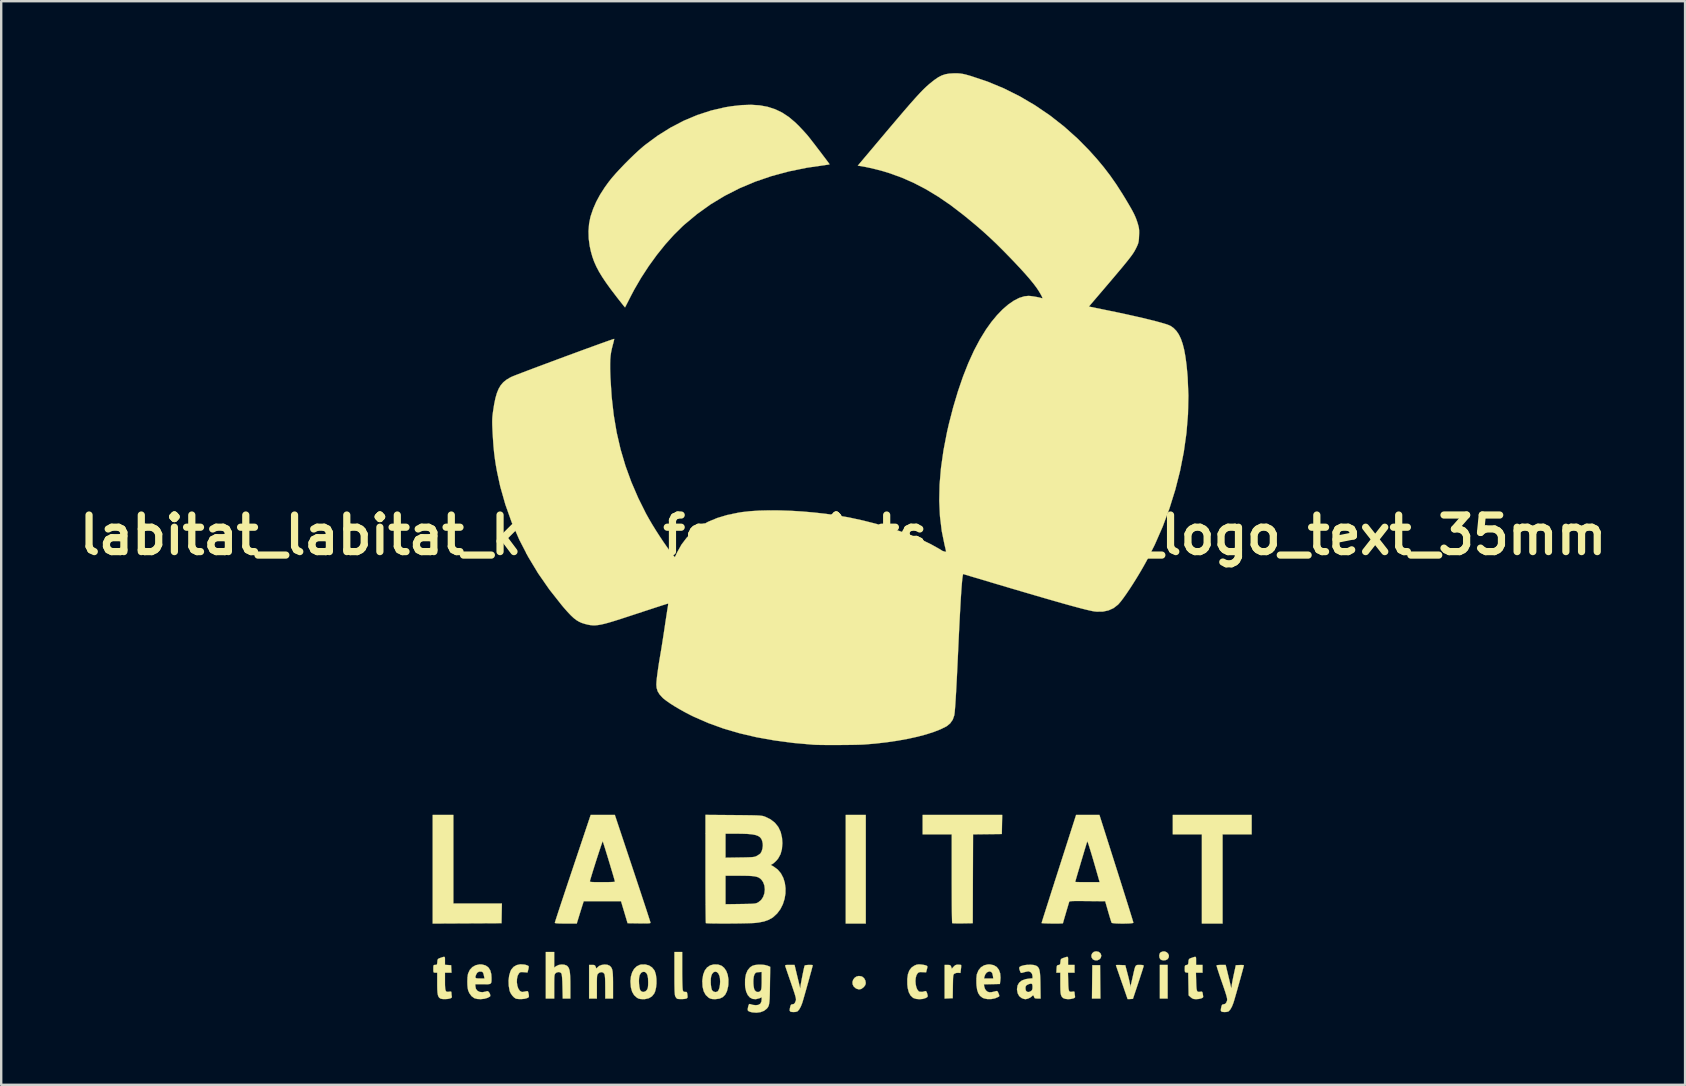
<source format=kicad_pcb>
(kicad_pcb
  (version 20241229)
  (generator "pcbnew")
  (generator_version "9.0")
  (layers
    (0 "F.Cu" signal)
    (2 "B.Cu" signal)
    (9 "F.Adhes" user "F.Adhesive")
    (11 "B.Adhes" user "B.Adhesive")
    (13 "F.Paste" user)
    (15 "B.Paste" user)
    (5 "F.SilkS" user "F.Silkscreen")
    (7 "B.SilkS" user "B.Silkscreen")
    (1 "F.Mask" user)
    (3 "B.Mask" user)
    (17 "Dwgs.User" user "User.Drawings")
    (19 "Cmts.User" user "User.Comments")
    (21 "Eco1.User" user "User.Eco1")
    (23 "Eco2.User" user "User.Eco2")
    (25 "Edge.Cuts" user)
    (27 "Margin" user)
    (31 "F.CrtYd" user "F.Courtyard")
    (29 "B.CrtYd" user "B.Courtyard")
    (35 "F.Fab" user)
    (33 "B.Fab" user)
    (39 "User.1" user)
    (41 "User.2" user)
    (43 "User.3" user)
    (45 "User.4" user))
  (footprint "labitat_labitat_kicad_footprints_labitat_logo_text_35mm"
    (layer "F.Cu")
    (at 32.084 19.246)
    (property "Reference" "labitat_labitat_kicad_footprints_labitat_logo_text_35mm" (at 0 0 0) (layer "F.SilkS") (effects (font (size 1.524 1.524) (thickness 0.3))))
    (attr through_hole)
    (fp_poly (pts (xy 0.943 16.188) (xy 0.108 16.188) (xy 0.108 11.663) (xy 0.943 11.663) (xy 0.943 16.188)) (stroke (width 0.01) (type solid)) (fill yes) (layer "F.SilkS"))
    (fp_poly (pts (xy 13.522 19.313) (xy 13.198 19.313) (xy 13.198 17.912) (xy 13.522 17.912) (xy 13.522 19.313)) (stroke (width 0.01) (type solid)) (fill yes) (layer "F.SilkS"))
    (fp_poly (pts (xy 10.714 18.619) (xy 10.721 19.313) (xy 10.369 19.313) (xy 10.376 18.619) (xy 10.384 17.925) (xy 10.707 17.925) (xy 10.714 18.619)) (stroke (width 0.01) (type solid)) (fill yes) (layer "F.SilkS"))
    (fp_poly (pts (xy -16.242 15.353) (xy -14.22 15.353) (xy -14.228 15.764) (xy -14.235 16.175) (xy -15.67 16.182) (xy -17.104 16.189) (xy -17.104 11.663) (xy -16.242 11.663) (xy -16.242 15.353)) (stroke (width 0.01) (type solid)) (fill yes) (layer "F.SilkS"))
    (fp_poly (pts (xy 17.023 12.471) (xy 15.811 12.471) (xy 15.811 16.188) (xy 14.949 16.188) (xy 14.949 12.471) (xy 13.737 12.471) (xy 13.737 11.663) (xy 17.023 11.663) (xy 17.023 12.471)) (stroke (width 0.01) (type solid)) (fill yes) (layer "F.SilkS"))
    (fp_poly (pts (xy 13.407 17.353) (xy 13.484 17.386) (xy 13.543 17.444) (xy 13.574 17.515) (xy 13.569 17.594) (xy 13.522 17.67) (xy 13.449 17.711) (xy 13.358 17.724) (xy 13.27 17.709) (xy 13.216 17.674) (xy 13.179 17.601) (xy 13.172 17.512) (xy 13.195 17.431) (xy 13.231 17.388) (xy 13.32 17.351) (xy 13.407 17.353)) (stroke (width 0.01) (type solid)) (fill yes) (layer "F.SilkS"))
    (fp_poly (pts (xy 10.647 17.367) (xy 10.721 17.425) (xy 10.755 17.511) (xy 10.756 17.535) (xy 10.733 17.621) (xy 10.673 17.685) (xy 10.591 17.721) (xy 10.501 17.723) (xy 10.417 17.687) (xy 10.397 17.67) (xy 10.349 17.59) (xy 10.345 17.504) (xy 10.38 17.426) (xy 10.446 17.369) (xy 10.539 17.346) (xy 10.542 17.346) (xy 10.647 17.367)) (stroke (width 0.01) (type solid)) (fill yes) (layer "F.SilkS"))
    (fp_poly (pts (xy 0.765 18.39) (xy 0.795 18.402) (xy 0.873 18.465) (xy 0.926 18.562) (xy 0.943 18.668) (xy 0.925 18.748) (xy 0.865 18.83) (xy 0.851 18.844) (xy 0.755 18.915) (xy 0.657 18.934) (xy 0.551 18.901) (xy 0.523 18.885) (xy 0.437 18.808) (xy 0.394 18.717) (xy 0.389 18.621) (xy 0.418 18.53) (xy 0.475 18.452) (xy 0.555 18.397) (xy 0.654 18.373) (xy 0.765 18.39)) (stroke (width 0.01) (type solid)) (fill yes) (layer "F.SilkS"))
    (fp_poly (pts (xy 6.62 12.06) (xy 6.613 12.458) (xy 5.414 12.472) (xy 5.407 14.323) (xy 5.401 16.175) (xy 4.981 16.182) (xy 4.836 16.183) (xy 4.711 16.182) (xy 4.614 16.179) (xy 4.556 16.174) (xy 4.544 16.171) (xy 4.541 16.141) (xy 4.538 16.063) (xy 4.535 15.939) (xy 4.532 15.774) (xy 4.53 15.574) (xy 4.528 15.341) (xy 4.527 15.081) (xy 4.526 14.799) (xy 4.525 14.497) (xy 4.525 14.312) (xy 4.525 12.471) (xy 3.313 12.471) (xy 3.313 11.663) (xy 6.628 11.663) (xy 6.62 12.06)) (stroke (width 0.01) (type solid)) (fill yes) (layer "F.SilkS"))
    (fp_poly (pts (xy 4.865 17.907) (xy 4.911 17.914) (xy 4.916 17.917) (xy 4.92 17.948) (xy 4.916 18.016) (xy 4.908 18.089) (xy 4.888 18.249) (xy 4.8 18.24) (xy 4.713 18.247) (xy 4.646 18.274) (xy 4.622 18.29) (xy 4.605 18.311) (xy 4.593 18.343) (xy 4.585 18.394) (xy 4.58 18.473) (xy 4.577 18.588) (xy 4.574 18.746) (xy 4.573 18.808) (xy 4.566 19.299) (xy 4.397 19.307) (xy 4.229 19.315) (xy 4.229 17.912) (xy 4.351 17.912) (xy 4.429 17.916) (xy 4.471 17.933) (xy 4.495 17.973) (xy 4.502 17.991) (xy 4.529 18.07) (xy 4.605 17.985) (xy 4.667 17.927) (xy 4.731 17.904) (xy 4.793 17.902) (xy 4.865 17.907)) (stroke (width 0.01) (type solid)) (fill yes) (layer "F.SilkS"))
    (fp_poly (pts (xy -6.707 18.139) (xy -6.706 18.354) (xy -6.703 18.547) (xy -6.699 18.713) (xy -6.694 18.844) (xy -6.687 18.934) (xy -6.68 18.975) (xy -6.648 19.027) (xy -6.593 19.039) (xy -6.579 19.038) (xy -6.534 19.037) (xy -6.51 19.056) (xy -6.497 19.107) (xy -6.49 19.16) (xy -6.483 19.24) (xy -6.491 19.283) (xy -6.518 19.307) (xy -6.539 19.315) (xy -6.604 19.329) (xy -6.697 19.336) (xy -6.797 19.336) (xy -6.881 19.33) (xy -6.916 19.322) (xy -6.952 19.289) (xy -6.99 19.231) (xy -6.99 19.231) (xy -7.002 19.201) (xy -7.011 19.155) (xy -7.017 19.087) (xy -7.023 18.993) (xy -7.026 18.867) (xy -7.029 18.703) (xy -7.03 18.495) (xy -7.03 18.263) (xy -7.03 17.373) (xy -6.707 17.373) (xy -6.707 18.139)) (stroke (width 0.01) (type solid)) (fill yes) (layer "F.SilkS"))
    (fp_poly (pts (xy -12.04 18.023) (xy -11.953 17.961) (xy -11.852 17.914) (xy -11.733 17.895) (xy -11.616 17.904) (xy -11.519 17.941) (xy -11.493 17.961) (xy -11.453 18.008) (xy -11.422 18.07) (xy -11.399 18.152) (xy -11.383 18.262) (xy -11.373 18.406) (xy -11.368 18.592) (xy -11.367 18.786) (xy -11.367 19.313) (xy -11.684 19.313) (xy -11.695 18.821) (xy -11.701 18.607) (xy -11.711 18.443) (xy -11.723 18.331) (xy -11.738 18.271) (xy -11.739 18.269) (xy -11.793 18.221) (xy -11.868 18.209) (xy -11.947 18.233) (xy -11.986 18.262) (xy -12.005 18.285) (xy -12.019 18.314) (xy -12.029 18.358) (xy -12.035 18.425) (xy -12.038 18.523) (xy -12.04 18.659) (xy -12.04 18.814) (xy -12.04 19.313) (xy -12.39 19.313) (xy -12.39 17.373) (xy -12.04 17.373) (xy -12.04 18.023)) (stroke (width 0.01) (type solid)) (fill yes) (layer "F.SilkS"))
    (fp_poly (pts (xy -9.826 17.906) (xy -9.731 17.946) (xy -9.717 17.958) (xy -9.676 17.999) (xy -9.646 18.046) (xy -9.623 18.107) (xy -9.607 18.189) (xy -9.597 18.3) (xy -9.591 18.446) (xy -9.589 18.634) (xy -9.589 18.746) (xy -9.589 19.313) (xy -9.912 19.313) (xy -9.913 18.835) (xy -9.915 18.627) (xy -9.92 18.471) (xy -9.93 18.362) (xy -9.943 18.298) (xy -9.947 18.289) (xy -10.002 18.23) (xy -10.079 18.212) (xy -10.161 18.237) (xy -10.198 18.265) (xy -10.221 18.288) (xy -10.237 18.313) (xy -10.249 18.349) (xy -10.256 18.404) (xy -10.26 18.486) (xy -10.262 18.603) (xy -10.262 18.763) (xy -10.262 18.819) (xy -10.262 19.313) (xy -10.586 19.313) (xy -10.586 17.912) (xy -10.463 17.912) (xy -10.386 17.915) (xy -10.344 17.933) (xy -10.319 17.973) (xy -10.312 17.994) (xy -10.29 18.048) (xy -10.273 18.056) (xy -10.246 18.024) (xy -10.246 18.023) (xy -10.17 17.957) (xy -10.063 17.914) (xy -9.943 17.896) (xy -9.826 17.906)) (stroke (width 0.01) (type solid)) (fill yes) (layer "F.SilkS"))
    (fp_poly (pts (xy 3.232 17.894) (xy 3.331 17.906) (xy 3.418 17.924) (xy 3.452 17.935) (xy 3.494 17.954) (xy 3.511 17.979) (xy 3.507 18.026) (xy 3.49 18.092) (xy 3.457 18.222) (xy 3.308 18.213) (xy 3.215 18.211) (xy 3.156 18.222) (xy 3.114 18.252) (xy 3.104 18.262) (xy 3.053 18.346) (xy 3.024 18.457) (xy 3.014 18.585) (xy 3.023 18.716) (xy 3.049 18.839) (xy 3.091 18.941) (xy 3.147 19.01) (xy 3.19 19.032) (xy 3.308 19.035) (xy 3.427 19.002) (xy 3.46 19.012) (xy 3.49 19.07) (xy 3.497 19.092) (xy 3.52 19.177) (xy 3.522 19.228) (xy 3.497 19.26) (xy 3.44 19.291) (xy 3.433 19.294) (xy 3.317 19.33) (xy 3.182 19.341) (xy 3.049 19.33) (xy 2.937 19.296) (xy 2.908 19.279) (xy 2.807 19.184) (xy 2.736 19.05) (xy 2.691 18.876) (xy 2.675 18.731) (xy 2.673 18.493) (xy 2.7 18.299) (xy 2.758 18.143) (xy 2.848 18.025) (xy 2.963 17.944) (xy 3.056 17.904) (xy 3.145 17.89) (xy 3.232 17.894)) (stroke (width 0.01) (type solid)) (fill yes) (layer "F.SilkS"))
    (fp_poly (pts (xy -5.208 17.898) (xy -5.072 17.944) (xy -4.959 18.034) (xy -4.87 18.163) (xy -4.81 18.324) (xy -4.78 18.512) (xy -4.783 18.721) (xy -4.794 18.814) (xy -4.841 19.006) (xy -4.914 19.152) (xy -5.016 19.254) (xy -5.149 19.316) (xy -5.316 19.339) (xy -5.342 19.34) (xy -5.455 19.334) (xy -5.537 19.314) (xy -5.605 19.278) (xy -5.726 19.165) (xy -5.81 19.012) (xy -5.857 18.821) (xy -5.867 18.606) (xy -5.518 18.606) (xy -5.512 18.737) (xy -5.496 18.856) (xy -5.472 18.947) (xy -5.458 18.974) (xy -5.396 19.027) (xy -5.314 19.045) (xy -5.237 19.023) (xy -5.236 19.023) (xy -5.19 18.964) (xy -5.155 18.867) (xy -5.133 18.743) (xy -5.125 18.606) (xy -5.133 18.471) (xy -5.15 18.384) (xy -5.197 18.274) (xy -5.261 18.21) (xy -5.333 18.192) (xy -5.405 18.22) (xy -5.465 18.295) (xy -5.497 18.377) (xy -5.514 18.48) (xy -5.518 18.606) (xy -5.867 18.606) (xy -5.868 18.592) (xy -5.865 18.528) (xy -5.832 18.318) (xy -5.766 18.147) (xy -5.67 18.018) (xy -5.543 17.933) (xy -5.389 17.892) (xy -5.208 17.898)) (stroke (width 0.01) (type solid)) (fill yes) (layer "F.SilkS"))
    (fp_poly (pts (xy -13.284 17.898) (xy -13.219 17.913) (xy -13.151 17.937) (xy -13.108 17.961) (xy -13.105 17.965) (xy -13.102 18.003) (xy -13.113 18.073) (xy -13.122 18.109) (xy -13.154 18.229) (xy -13.306 18.215) (xy -13.395 18.21) (xy -13.449 18.216) (xy -13.487 18.241) (xy -13.515 18.274) (xy -13.566 18.372) (xy -13.592 18.499) (xy -13.596 18.638) (xy -13.577 18.775) (xy -13.538 18.895) (xy -13.48 18.983) (xy -13.461 18.999) (xy -13.406 19.033) (xy -13.355 19.04) (xy -13.28 19.026) (xy -13.272 19.024) (xy -13.199 19.009) (xy -13.148 19.008) (xy -13.139 19.011) (xy -13.123 19.047) (xy -13.107 19.116) (xy -13.102 19.144) (xy -13.093 19.217) (xy -13.104 19.257) (xy -13.145 19.284) (xy -13.181 19.299) (xy -13.27 19.323) (xy -13.386 19.335) (xy -13.505 19.336) (xy -13.606 19.325) (xy -13.644 19.314) (xy -13.716 19.265) (xy -13.792 19.184) (xy -13.856 19.088) (xy -13.896 18.997) (xy -13.896 18.996) (xy -13.935 18.779) (xy -13.942 18.561) (xy -13.917 18.355) (xy -13.862 18.174) (xy -13.827 18.105) (xy -13.732 17.993) (xy -13.605 17.92) (xy -13.453 17.887) (xy -13.284 17.898)) (stroke (width 0.01) (type solid)) (fill yes) (layer "F.SilkS"))
    (fp_poly (pts (xy 9.361 17.582) (xy 9.373 17.619) (xy 9.374 17.691) (xy 9.373 17.735) (xy 9.373 17.912) (xy 9.643 17.912) (xy 9.643 18.235) (xy 9.369 18.235) (xy 9.378 18.613) (xy 9.383 18.777) (xy 9.391 18.893) (xy 9.405 18.97) (xy 9.428 19.015) (xy 9.464 19.033) (xy 9.514 19.033) (xy 9.555 19.026) (xy 9.616 19.02) (xy 9.64 19.036) (xy 9.643 19.064) (xy 9.648 19.13) (xy 9.659 19.198) (xy 9.664 19.255) (xy 9.64 19.287) (xy 9.588 19.309) (xy 9.481 19.333) (xy 9.365 19.339) (xy 9.257 19.327) (xy 9.179 19.299) (xy 9.168 19.292) (xy 9.126 19.253) (xy 9.096 19.21) (xy 9.075 19.152) (xy 9.061 19.071) (xy 9.054 18.96) (xy 9.051 18.808) (xy 9.05 18.681) (xy 9.05 18.235) (xy 8.886 18.235) (xy 8.894 18.08) (xy 8.9 17.993) (xy 8.912 17.945) (xy 8.937 17.924) (xy 8.975 17.917) (xy 9.02 17.906) (xy 9.043 17.877) (xy 9.053 17.815) (xy 9.056 17.785) (xy 9.064 17.707) (xy 9.085 17.665) (xy 9.131 17.639) (xy 9.158 17.629) (xy 9.264 17.592) (xy 9.328 17.575) (xy 9.361 17.582)) (stroke (width 0.01) (type solid)) (fill yes) (layer "F.SilkS"))
    (fp_poly (pts (xy 12.363 17.912) (xy 12.463 17.916) (xy 12.515 17.931) (xy 12.525 17.946) (xy 12.517 17.98) (xy 12.494 18.058) (xy 12.458 18.172) (xy 12.411 18.316) (xy 12.357 18.483) (xy 12.301 18.653) (xy 12.076 19.326) (xy 11.964 19.334) (xy 11.895 19.337) (xy 11.855 19.335) (xy 11.852 19.333) (xy 11.843 19.306) (xy 11.819 19.235) (xy 11.782 19.126) (xy 11.733 18.986) (xy 11.677 18.822) (xy 11.613 18.641) (xy 11.609 18.629) (xy 11.545 18.446) (xy 11.488 18.28) (xy 11.439 18.139) (xy 11.401 18.027) (xy 11.376 17.953) (xy 11.367 17.922) (xy 11.367 17.922) (xy 11.391 17.917) (xy 11.456 17.915) (xy 11.549 17.917) (xy 11.562 17.918) (xy 11.757 17.925) (xy 11.857 18.303) (xy 11.893 18.444) (xy 11.924 18.574) (xy 11.947 18.679) (xy 11.959 18.748) (xy 11.96 18.76) (xy 11.964 18.841) (xy 11.985 18.76) (xy 12 18.703) (xy 12.022 18.606) (xy 12.05 18.484) (xy 12.079 18.356) (xy 12.115 18.194) (xy 12.143 18.077) (xy 12.168 17.998) (xy 12.195 17.949) (xy 12.228 17.923) (xy 12.271 17.913) (xy 12.331 17.912) (xy 12.363 17.912)) (stroke (width 0.01) (type solid)) (fill yes) (layer "F.SilkS"))
    (fp_poly (pts (xy 14.694 17.582) (xy 14.706 17.619) (xy 14.707 17.691) (xy 14.707 17.735) (xy 14.707 17.912) (xy 14.976 17.912) (xy 14.976 18.235) (xy 14.701 18.235) (xy 14.711 18.614) (xy 14.717 18.777) (xy 14.725 18.894) (xy 14.739 18.971) (xy 14.763 19.016) (xy 14.797 19.035) (xy 14.847 19.035) (xy 14.885 19.03) (xy 14.94 19.024) (xy 14.968 19.043) (xy 14.983 19.099) (xy 14.986 19.117) (xy 14.997 19.191) (xy 15.002 19.244) (xy 15.003 19.249) (xy 14.978 19.282) (xy 14.913 19.31) (xy 14.82 19.331) (xy 14.713 19.339) (xy 14.703 19.34) (xy 14.608 19.332) (xy 14.537 19.302) (xy 14.485 19.261) (xy 14.397 19.182) (xy 14.388 18.71) (xy 14.38 18.238) (xy 14.308 18.23) (xy 14.266 18.222) (xy 14.245 18.199) (xy 14.236 18.149) (xy 14.235 18.074) (xy 14.237 17.988) (xy 14.247 17.943) (xy 14.271 17.924) (xy 14.308 17.917) (xy 14.353 17.906) (xy 14.376 17.877) (xy 14.387 17.815) (xy 14.389 17.785) (xy 14.398 17.707) (xy 14.419 17.665) (xy 14.464 17.639) (xy 14.491 17.629) (xy 14.597 17.592) (xy 14.661 17.575) (xy 14.694 17.582)) (stroke (width 0.01) (type solid)) (fill yes) (layer "F.SilkS"))
    (fp_poly (pts (xy -8.091 17.935) (xy -7.963 18.017) (xy -7.867 18.136) (xy -7.845 18.181) (xy -7.802 18.325) (xy -7.78 18.497) (xy -7.778 18.68) (xy -7.796 18.857) (xy -7.833 19.013) (xy -7.871 19.102) (xy -7.967 19.222) (xy -8.095 19.3) (xy -8.257 19.337) (xy -8.328 19.34) (xy -8.442 19.334) (xy -8.523 19.316) (xy -8.593 19.279) (xy -8.594 19.278) (xy -8.711 19.172) (xy -8.793 19.031) (xy -8.843 18.852) (xy -8.861 18.632) (xy -8.862 18.602) (xy -8.859 18.572) (xy -8.51 18.572) (xy -8.505 18.703) (xy -8.491 18.827) (xy -8.469 18.927) (xy -8.448 18.975) (xy -8.385 19.029) (xy -8.307 19.039) (xy -8.228 19.006) (xy -8.18 18.957) (xy -8.152 18.909) (xy -8.135 18.848) (xy -8.127 18.758) (xy -8.124 18.648) (xy -8.13 18.471) (xy -8.154 18.341) (xy -8.197 18.254) (xy -8.261 18.206) (xy -8.264 18.205) (xy -8.345 18.2) (xy -8.418 18.242) (xy -8.474 18.328) (xy -8.485 18.359) (xy -8.503 18.452) (xy -8.51 18.572) (xy -8.859 18.572) (xy -8.844 18.399) (xy -8.792 18.222) (xy -8.71 18.078) (xy -8.601 17.972) (xy -8.469 17.908) (xy -8.417 17.897) (xy -8.245 17.894) (xy -8.091 17.935)) (stroke (width 0.01) (type solid)) (fill yes) (layer "F.SilkS"))
    (fp_poly (pts (xy 6.277 17.925) (xy 6.4 17.999) (xy 6.489 18.113) (xy 6.543 18.262) (xy 6.558 18.444) (xy 6.55 18.558) (xy 6.532 18.707) (xy 5.865 18.722) (xy 5.881 18.819) (xy 5.908 18.903) (xy 5.951 18.975) (xy 5.954 18.977) (xy 6.016 19.028) (xy 6.09 19.052) (xy 6.185 19.049) (xy 6.313 19.02) (xy 6.373 19.003) (xy 6.412 19) (xy 6.441 19.026) (xy 6.473 19.094) (xy 6.476 19.1) (xy 6.502 19.171) (xy 6.507 19.209) (xy 6.491 19.232) (xy 6.473 19.243) (xy 6.33 19.305) (xy 6.169 19.336) (xy 6.008 19.336) (xy 5.864 19.305) (xy 5.806 19.279) (xy 5.705 19.201) (xy 5.632 19.094) (xy 5.584 18.953) (xy 5.558 18.77) (xy 5.553 18.679) (xy 5.552 18.549) (xy 5.555 18.478) (xy 5.871 18.478) (xy 6.256 18.478) (xy 6.241 18.369) (xy 6.216 18.263) (xy 6.172 18.204) (xy 6.104 18.185) (xy 6.079 18.187) (xy 5.995 18.221) (xy 5.928 18.298) (xy 5.887 18.404) (xy 5.871 18.478) (xy 5.555 18.478) (xy 5.557 18.428) (xy 5.567 18.332) (xy 5.573 18.298) (xy 5.641 18.135) (xy 5.743 18.011) (xy 5.876 17.929) (xy 6.034 17.892) (xy 6.121 17.892) (xy 6.277 17.925)) (stroke (width 0.01) (type solid)) (fill yes) (layer "F.SilkS"))
    (fp_poly (pts (xy -16.605 17.582) (xy -16.593 17.619) (xy -16.592 17.69) (xy -16.592 17.734) (xy -16.592 17.909) (xy -16.464 17.917) (xy -16.336 17.925) (xy -16.32 18.235) (xy -16.592 18.235) (xy -16.592 18.587) (xy -16.591 18.757) (xy -16.584 18.879) (xy -16.571 18.961) (xy -16.548 19.01) (xy -16.512 19.032) (xy -16.462 19.034) (xy -16.429 19.029) (xy -16.361 19.021) (xy -16.331 19.03) (xy -16.323 19.067) (xy -16.322 19.088) (xy -16.317 19.167) (xy -16.307 19.222) (xy -16.306 19.265) (xy -16.342 19.295) (xy -16.378 19.309) (xy -16.467 19.329) (xy -16.574 19.337) (xy -16.68 19.335) (xy -16.763 19.321) (xy -16.787 19.31) (xy -16.832 19.277) (xy -16.865 19.23) (xy -16.888 19.163) (xy -16.903 19.067) (xy -16.912 18.935) (xy -16.915 18.76) (xy -16.915 18.681) (xy -16.915 18.235) (xy -16.996 18.235) (xy -17.041 18.233) (xy -17.065 18.218) (xy -17.075 18.178) (xy -17.077 18.1) (xy -17.077 18.074) (xy -17.076 17.984) (xy -17.068 17.936) (xy -17.048 17.916) (xy -17.01 17.912) (xy -16.998 17.912) (xy -16.949 17.908) (xy -16.925 17.887) (xy -16.914 17.834) (xy -16.91 17.787) (xy -16.902 17.708) (xy -16.881 17.666) (xy -16.837 17.639) (xy -16.808 17.629) (xy -16.702 17.592) (xy -16.638 17.575) (xy -16.605 17.582)) (stroke (width 0.01) (type solid)) (fill yes) (layer "F.SilkS"))
    (fp_poly (pts (xy -15.05 17.894) (xy -14.9 17.934) (xy -14.785 18.014) (xy -14.706 18.135) (xy -14.662 18.296) (xy -14.653 18.441) (xy -14.653 18.554) (xy -14.659 18.632) (xy -14.68 18.681) (xy -14.725 18.707) (xy -14.801 18.718) (xy -14.917 18.72) (xy -15.006 18.72) (xy -15.326 18.72) (xy -15.326 18.789) (xy -15.304 18.904) (xy -15.243 18.988) (xy -15.149 19.037) (xy -15.029 19.05) (xy -14.889 19.023) (xy -14.836 19.004) (xy -14.796 19.012) (xy -14.754 19.056) (xy -14.719 19.117) (xy -14.703 19.179) (xy -14.712 19.225) (xy -14.716 19.229) (xy -14.818 19.285) (xy -14.952 19.323) (xy -15.1 19.339) (xy -15.243 19.332) (xy -15.363 19.3) (xy -15.375 19.294) (xy -15.486 19.212) (xy -15.576 19.088) (xy -15.625 18.976) (xy -15.645 18.88) (xy -15.657 18.749) (xy -15.66 18.601) (xy -15.655 18.456) (xy -15.653 18.44) (xy -15.324 18.44) (xy -15.294 18.466) (xy -15.222 18.476) (xy -15.136 18.478) (xy -14.945 18.478) (xy -14.962 18.39) (xy -14.984 18.293) (xy -15.005 18.236) (xy -15.032 18.207) (xy -15.07 18.192) (xy -15.169 18.19) (xy -15.246 18.236) (xy -15.288 18.304) (xy -15.32 18.388) (xy -15.324 18.44) (xy -15.653 18.44) (xy -15.641 18.331) (xy -15.627 18.269) (xy -15.557 18.119) (xy -15.449 18.002) (xy -15.311 17.925) (xy -15.152 17.891) (xy -15.05 17.894)) (stroke (width 0.01) (type solid)) (fill yes) (layer "F.SilkS"))
    (fp_poly (pts (xy 16.049 18.363) (xy 16.086 18.515) (xy 16.119 18.652) (xy 16.145 18.763) (xy 16.163 18.84) (xy 16.17 18.868) (xy 16.178 18.879) (xy 16.185 18.843) (xy 16.187 18.814) (xy 16.195 18.749) (xy 16.212 18.644) (xy 16.237 18.513) (xy 16.267 18.367) (xy 16.278 18.316) (xy 16.363 17.925) (xy 16.532 17.917) (xy 16.619 17.916) (xy 16.68 17.92) (xy 16.7 17.928) (xy 16.693 17.961) (xy 16.673 18.038) (xy 16.643 18.15) (xy 16.605 18.29) (xy 16.561 18.451) (xy 16.513 18.624) (xy 16.463 18.8) (xy 16.415 18.973) (xy 16.369 19.134) (xy 16.328 19.276) (xy 16.295 19.39) (xy 16.271 19.468) (xy 16.265 19.487) (xy 16.204 19.644) (xy 16.138 19.763) (xy 16.073 19.838) (xy 16.053 19.852) (xy 15.986 19.871) (xy 15.897 19.877) (xy 15.812 19.871) (xy 15.761 19.854) (xy 15.737 19.814) (xy 15.743 19.74) (xy 15.764 19.643) (xy 15.784 19.587) (xy 15.808 19.562) (xy 15.844 19.555) (xy 15.85 19.555) (xy 15.919 19.536) (xy 15.969 19.475) (xy 15.999 19.397) (xy 16.003 19.365) (xy 16 19.32) (xy 15.988 19.258) (xy 15.964 19.171) (xy 15.928 19.054) (xy 15.877 18.901) (xy 15.81 18.705) (xy 15.785 18.634) (xy 15.722 18.452) (xy 15.667 18.288) (xy 15.621 18.146) (xy 15.586 18.036) (xy 15.565 17.962) (xy 15.56 17.932) (xy 15.591 17.922) (xy 15.661 17.915) (xy 15.754 17.912) (xy 15.756 17.912) (xy 15.94 17.912) (xy 16.049 18.363)) (stroke (width 0.01) (type solid)) (fill yes) (layer "F.SilkS"))
    (fp_poly (pts (xy 7.942 17.916) (xy 8.035 17.942) (xy 8.042 17.945) (xy 8.094 17.978) (xy 8.134 18.021) (xy 8.165 18.079) (xy 8.187 18.161) (xy 8.203 18.271) (xy 8.213 18.418) (xy 8.219 18.608) (xy 8.221 18.754) (xy 8.229 19.313) (xy 8.101 19.313) (xy 8.022 19.309) (xy 7.981 19.294) (xy 7.961 19.26) (xy 7.957 19.245) (xy 7.934 19.189) (xy 7.901 19.185) (xy 7.862 19.223) (xy 7.798 19.272) (xy 7.707 19.315) (xy 7.614 19.338) (xy 7.59 19.34) (xy 7.525 19.327) (xy 7.447 19.297) (xy 7.436 19.292) (xy 7.338 19.213) (xy 7.274 19.096) (xy 7.246 18.948) (xy 7.246 18.92) (xy 7.249 18.896) (xy 7.596 18.896) (xy 7.615 18.984) (xy 7.666 19.034) (xy 7.741 19.042) (xy 7.829 19.003) (xy 7.832 19.001) (xy 7.87 18.963) (xy 7.888 18.905) (xy 7.892 18.826) (xy 7.886 18.74) (xy 7.86 18.698) (xy 7.806 18.693) (xy 7.715 18.721) (xy 7.713 18.722) (xy 7.639 18.761) (xy 7.604 18.818) (xy 7.596 18.896) (xy 7.249 18.896) (xy 7.268 18.771) (xy 7.335 18.652) (xy 7.446 18.563) (xy 7.6 18.506) (xy 7.731 18.485) (xy 7.892 18.47) (xy 7.892 18.38) (xy 7.871 18.287) (xy 7.816 18.216) (xy 7.739 18.182) (xy 7.721 18.181) (xy 7.658 18.189) (xy 7.57 18.209) (xy 7.531 18.22) (xy 7.455 18.241) (xy 7.414 18.244) (xy 7.393 18.224) (xy 7.379 18.191) (xy 7.345 18.095) (xy 7.336 18.035) (xy 7.354 17.997) (xy 7.404 17.968) (xy 7.438 17.954) (xy 7.548 17.924) (xy 7.681 17.907) (xy 7.818 17.905) (xy 7.942 17.916)) (stroke (width 0.01) (type solid)) (fill yes) (layer "F.SilkS"))
    (fp_poly (pts (xy -3.258 17.916) (xy -3.146 17.947) (xy -3.142 17.948) (xy -3.039 17.992) (xy -3.05 18.753) (xy -3.053 18.992) (xy -3.058 19.183) (xy -3.064 19.333) (xy -3.073 19.449) (xy -3.085 19.537) (xy -3.101 19.604) (xy -3.123 19.655) (xy -3.151 19.698) (xy -3.186 19.739) (xy -3.187 19.74) (xy -3.299 19.826) (xy -3.444 19.881) (xy -3.61 19.903) (xy -3.782 19.89) (xy -3.852 19.874) (xy -3.931 19.846) (xy -3.97 19.812) (xy -3.978 19.757) (xy -3.96 19.665) (xy -3.96 19.663) (xy -3.937 19.582) (xy -3.915 19.545) (xy -3.887 19.541) (xy -3.882 19.543) (xy -3.764 19.578) (xy -3.64 19.591) (xy -3.537 19.579) (xy -3.534 19.578) (xy -3.451 19.529) (xy -3.406 19.442) (xy -3.394 19.339) (xy -3.394 19.261) (xy -3.487 19.301) (xy -3.636 19.34) (xy -3.769 19.33) (xy -3.882 19.273) (xy -3.973 19.171) (xy -4.04 19.027) (xy -4.08 18.843) (xy -4.087 18.754) (xy -4.087 18.656) (xy -3.742 18.656) (xy -3.732 18.787) (xy -3.712 18.899) (xy -3.683 18.97) (xy -3.619 19.029) (xy -3.542 19.044) (xy -3.468 19.017) (xy -3.436 18.983) (xy -3.418 18.945) (xy -3.405 18.886) (xy -3.398 18.796) (xy -3.394 18.667) (xy -3.394 18.564) (xy -3.394 18.205) (xy -3.522 18.214) (xy -3.603 18.223) (xy -3.651 18.246) (xy -3.686 18.294) (xy -3.698 18.316) (xy -3.725 18.403) (xy -3.739 18.522) (xy -3.742 18.656) (xy -4.087 18.656) (xy -4.086 18.507) (xy -4.05 18.301) (xy -3.98 18.136) (xy -3.877 18.013) (xy -3.781 17.95) (xy -3.679 17.918) (xy -3.544 17.902) (xy -3.398 17.901) (xy -3.258 17.916)) (stroke (width 0.01) (type solid)) (fill yes) (layer "F.SilkS"))
    (fp_poly (pts (xy -1.289 17.916) (xy -1.266 17.926) (xy -1.273 17.958) (xy -1.293 18.033) (xy -1.322 18.145) (xy -1.361 18.285) (xy -1.405 18.444) (xy -1.452 18.617) (xy -1.502 18.793) (xy -1.55 18.966) (xy -1.596 19.127) (xy -1.637 19.269) (xy -1.67 19.384) (xy -1.694 19.463) (xy -1.701 19.488) (xy -1.762 19.644) (xy -1.827 19.763) (xy -1.892 19.838) (xy -1.913 19.852) (xy -1.98 19.871) (xy -2.068 19.877) (xy -2.153 19.871) (xy -2.205 19.854) (xy -2.229 19.814) (xy -2.223 19.74) (xy -2.201 19.643) (xy -2.182 19.587) (xy -2.157 19.562) (xy -2.122 19.555) (xy -2.116 19.555) (xy -2.057 19.542) (xy -2.013 19.498) (xy -1.975 19.41) (xy -1.973 19.404) (xy -1.966 19.373) (xy -1.966 19.334) (xy -1.974 19.281) (xy -1.993 19.207) (xy -2.023 19.105) (xy -2.068 18.969) (xy -2.128 18.792) (xy -2.167 18.677) (xy -2.229 18.498) (xy -2.286 18.333) (xy -2.335 18.19) (xy -2.373 18.077) (xy -2.399 18.001) (xy -2.409 17.973) (xy -2.416 17.942) (xy -2.406 17.924) (xy -2.37 17.915) (xy -2.296 17.912) (xy -2.227 17.912) (xy -2.025 17.912) (xy -1.917 18.363) (xy -1.88 18.515) (xy -1.847 18.652) (xy -1.821 18.763) (xy -1.802 18.84) (xy -1.796 18.868) (xy -1.787 18.888) (xy -1.782 18.855) (xy -1.781 18.839) (xy -1.775 18.784) (xy -1.76 18.692) (xy -1.739 18.574) (xy -1.713 18.441) (xy -1.686 18.303) (xy -1.659 18.173) (xy -1.635 18.061) (xy -1.615 17.98) (xy -1.602 17.938) (xy -1.602 17.937) (xy -1.571 17.926) (xy -1.507 17.917) (xy -1.427 17.912) (xy -1.349 17.912) (xy -1.289 17.916)) (stroke (width 0.01) (type solid)) (fill yes) (layer "F.SilkS"))
    (fp_poly (pts (xy -8.77 13.892) (xy -8.659 14.225) (xy -8.553 14.545) (xy -8.453 14.846) (xy -8.361 15.125) (xy -8.277 15.379) (xy -8.203 15.603) (xy -8.141 15.795) (xy -8.091 15.949) (xy -8.054 16.063) (xy -8.033 16.133) (xy -8.027 16.155) (xy -8.038 16.168) (xy -8.077 16.177) (xy -8.149 16.182) (xy -8.26 16.184) (xy -8.416 16.183) (xy -8.504 16.182) (xy -8.982 16.175) (xy -9.119 15.717) (xy -9.256 15.259) (xy -10.81 15.259) (xy -10.858 15.407) (xy -10.885 15.493) (xy -10.923 15.614) (xy -10.966 15.752) (xy -11.003 15.872) (xy -11.1 16.188) (xy -11.557 16.188) (xy -11.733 16.187) (xy -11.861 16.184) (xy -11.947 16.178) (xy -11.996 16.169) (xy -12.013 16.157) (xy -12.014 16.154) (xy -12.005 16.124) (xy -11.981 16.047) (xy -11.942 15.926) (xy -11.89 15.765) (xy -11.825 15.568) (xy -11.75 15.339) (xy -11.664 15.081) (xy -11.57 14.798) (xy -11.469 14.494) (xy -11.448 14.433) (xy -10.553 14.433) (xy -10.541 14.445) (xy -10.51 14.454) (xy -10.453 14.459) (xy -10.363 14.462) (xy -10.234 14.464) (xy -10.058 14.464) (xy -10.037 14.464) (xy -9.874 14.463) (xy -9.733 14.461) (xy -9.619 14.457) (xy -9.542 14.452) (xy -9.509 14.446) (xy -9.508 14.445) (xy -9.516 14.413) (xy -9.537 14.337) (xy -9.569 14.225) (xy -9.61 14.085) (xy -9.659 13.923) (xy -9.711 13.748) (xy -9.766 13.567) (xy -9.82 13.388) (xy -9.873 13.217) (xy -9.92 13.063) (xy -9.961 12.933) (xy -9.992 12.835) (xy -10.012 12.775) (xy -10.018 12.761) (xy -10.029 12.782) (xy -10.053 12.848) (xy -10.089 12.95) (xy -10.133 13.083) (xy -10.185 13.239) (xy -10.241 13.411) (xy -10.299 13.592) (xy -10.357 13.775) (xy -10.413 13.953) (xy -10.464 14.119) (xy -10.508 14.265) (xy -10.543 14.384) (xy -10.552 14.417) (xy -10.553 14.433) (xy -11.448 14.433) (xy -11.361 14.172) (xy -11.267 13.892) (xy -10.52 11.663) (xy -9.513 11.663) (xy -8.77 13.892)) (stroke (width 0.01) (type solid)) (fill yes) (layer "F.SilkS"))
    (fp_poly (pts (xy -3.477 -17.906) (xy -3.145 -17.845) (xy -2.836 -17.745) (xy -2.544 -17.605) (xy -2.266 -17.422) (xy -1.997 -17.196) (xy -1.844 -17.046) (xy -1.738 -16.934) (xy -1.632 -16.82) (xy -1.54 -16.718) (xy -1.477 -16.646) (xy -1.428 -16.585) (xy -1.357 -16.495) (xy -1.27 -16.382) (xy -1.17 -16.254) (xy -1.065 -16.116) (xy -0.957 -15.976) (xy -0.854 -15.839) (xy -0.759 -15.714) (xy -0.677 -15.605) (xy -0.615 -15.521) (xy -0.576 -15.467) (xy -0.566 -15.451) (xy -0.59 -15.442) (xy -0.653 -15.431) (xy -0.721 -15.422) (xy -1.511 -15.307) (xy -2.265 -15.153) (xy -2.984 -14.959) (xy -3.669 -14.725) (xy -4.32 -14.45) (xy -4.94 -14.134) (xy -5.529 -13.777) (xy -6.087 -13.377) (xy -6.617 -12.935) (xy -6.688 -12.871) (xy -7.051 -12.513) (xy -7.412 -12.111) (xy -7.764 -11.673) (xy -8.101 -11.208) (xy -8.416 -10.725) (xy -8.703 -10.232) (xy -8.843 -9.966) (xy -8.917 -9.821) (xy -8.982 -9.693) (xy -9.035 -9.59) (xy -9.071 -9.52) (xy -9.088 -9.489) (xy -9.089 -9.488) (xy -9.106 -9.506) (xy -9.152 -9.561) (xy -9.22 -9.647) (xy -9.307 -9.756) (xy -9.408 -9.884) (xy -9.445 -9.933) (xy -9.675 -10.234) (xy -9.87 -10.503) (xy -10.034 -10.747) (xy -10.171 -10.972) (xy -10.283 -11.184) (xy -10.375 -11.39) (xy -10.449 -11.596) (xy -10.509 -11.809) (xy -10.559 -12.036) (xy -10.561 -12.045) (xy -10.602 -12.353) (xy -10.61 -12.666) (xy -10.587 -12.969) (xy -10.532 -13.247) (xy -10.52 -13.29) (xy -10.415 -13.598) (xy -10.286 -13.893) (xy -10.127 -14.187) (xy -9.932 -14.491) (xy -9.766 -14.72) (xy -9.644 -14.873) (xy -9.489 -15.052) (xy -9.309 -15.248) (xy -9.113 -15.453) (xy -8.909 -15.658) (xy -8.706 -15.855) (xy -8.511 -16.035) (xy -8.334 -16.189) (xy -8.256 -16.253) (xy -7.734 -16.639) (xy -7.195 -16.976) (xy -6.642 -17.265) (xy -6.077 -17.503) (xy -5.502 -17.69) (xy -4.921 -17.825) (xy -4.66 -17.868) (xy -4.23 -17.916) (xy -3.837 -17.929) (xy -3.477 -17.906)) (stroke (width 0.01) (type solid)) (fill yes) (layer "F.SilkS"))
    (fp_poly (pts (xy 10.194 11.663) (xy 10.68 11.663) (xy 11.388 13.892) (xy 11.494 14.226) (xy 11.595 14.546) (xy 11.69 14.848) (xy 11.778 15.127) (xy 11.858 15.381) (xy 11.928 15.606) (xy 11.987 15.797) (xy 12.035 15.951) (xy 12.069 16.065) (xy 12.09 16.134) (xy 12.095 16.154) (xy 12.069 16.167) (xy 12.001 16.178) (xy 11.9 16.185) (xy 11.777 16.189) (xy 11.644 16.191) (xy 11.51 16.189) (xy 11.387 16.185) (xy 11.285 16.177) (xy 11.215 16.167) (xy 11.188 16.156) (xy 11.174 16.12) (xy 11.149 16.041) (xy 11.114 15.93) (xy 11.074 15.795) (xy 11.044 15.691) (xy 10.92 15.259) (xy 10.176 15.252) (xy 9.955 15.25) (xy 9.783 15.249) (xy 9.653 15.25) (xy 9.558 15.252) (xy 9.494 15.257) (xy 9.453 15.263) (xy 9.43 15.273) (xy 9.419 15.286) (xy 9.417 15.292) (xy 9.364 15.471) (xy 9.312 15.645) (xy 9.265 15.807) (xy 9.223 15.948) (xy 9.19 16.062) (xy 9.168 16.141) (xy 9.158 16.176) (xy 9.158 16.177) (xy 9.133 16.182) (xy 9.065 16.186) (xy 8.964 16.188) (xy 8.843 16.189) (xy 8.71 16.188) (xy 8.578 16.186) (xy 8.457 16.183) (xy 8.358 16.178) (xy 8.292 16.173) (xy 8.269 16.168) (xy 8.277 16.14) (xy 8.3 16.064) (xy 8.337 15.945) (xy 8.388 15.785) (xy 8.45 15.589) (xy 8.523 15.36) (xy 8.605 15.102) (xy 8.695 14.819) (xy 8.793 14.515) (xy 8.812 14.454) (xy 9.67 14.454) (xy 9.695 14.457) (xy 9.766 14.46) (xy 9.875 14.462) (xy 10.012 14.464) (xy 10.17 14.464) (xy 10.179 14.464) (xy 10.689 14.464) (xy 10.637 14.282) (xy 10.536 13.929) (xy 10.448 13.626) (xy 10.373 13.371) (xy 10.31 13.163) (xy 10.26 13.001) (xy 10.222 12.882) (xy 10.194 12.806) (xy 10.177 12.769) (xy 10.171 12.767) (xy 10.16 12.802) (xy 10.136 12.879) (xy 10.102 12.992) (xy 10.059 13.133) (xy 10.011 13.295) (xy 9.959 13.47) (xy 9.905 13.651) (xy 9.852 13.831) (xy 9.801 14.001) (xy 9.756 14.154) (xy 9.718 14.284) (xy 9.69 14.381) (xy 9.673 14.44) (xy 9.67 14.454) (xy 8.812 14.454) (xy 8.896 14.192) (xy 8.988 13.905) (xy 9.707 11.663) (xy 10.194 11.663)) (stroke (width 0.01) (type solid)) (fill yes) (layer "F.SilkS"))
    (fp_poly (pts (xy -4.572 11.669) (xy -4.29 11.671) (xy -4.057 11.674) (xy -3.866 11.676) (xy -3.713 11.679) (xy -3.593 11.683) (xy -3.499 11.688) (xy -3.427 11.695) (xy -3.372 11.702) (xy -3.326 11.712) (xy -3.287 11.724) (xy -3.253 11.736) (xy -3.027 11.846) (xy -2.843 11.989) (xy -2.702 12.165) (xy -2.603 12.374) (xy -2.547 12.617) (xy -2.532 12.839) (xy -2.551 13.085) (xy -2.608 13.295) (xy -2.704 13.472) (xy -2.758 13.54) (xy -2.831 13.615) (xy -2.902 13.677) (xy -2.946 13.708) (xy -3.017 13.746) (xy -2.887 13.82) (xy -2.721 13.944) (xy -2.59 14.102) (xy -2.493 14.288) (xy -2.43 14.494) (xy -2.401 14.713) (xy -2.404 14.939) (xy -2.442 15.165) (xy -2.512 15.383) (xy -2.614 15.587) (xy -2.75 15.769) (xy -2.917 15.923) (xy -2.952 15.948) (xy -3.11 16.036) (xy -3.295 16.101) (xy -3.519 16.145) (xy -3.641 16.16) (xy -3.727 16.167) (xy -3.851 16.172) (xy -4.006 16.177) (xy -4.185 16.181) (xy -4.381 16.184) (xy -4.587 16.186) (xy -4.795 16.188) (xy -4.999 16.188) (xy -5.19 16.187) (xy -5.363 16.186) (xy -5.509 16.183) (xy -5.622 16.18) (xy -5.695 16.175) (xy -5.719 16.17) (xy -5.722 16.141) (xy -5.725 16.062) (xy -5.727 15.937) (xy -5.729 15.771) (xy -5.731 15.566) (xy -5.733 15.327) (xy -5.735 15.059) (xy -5.736 14.765) (xy -5.737 14.448) (xy -5.737 14.195) (xy -4.902 14.195) (xy -4.902 15.384) (xy -4.276 15.375) (xy -4.076 15.372) (xy -3.922 15.369) (xy -3.807 15.365) (xy -3.722 15.359) (xy -3.66 15.351) (xy -3.614 15.339) (xy -3.574 15.323) (xy -3.535 15.302) (xy -3.53 15.299) (xy -3.416 15.206) (xy -3.333 15.079) (xy -3.281 14.93) (xy -3.263 14.77) (xy -3.28 14.61) (xy -3.333 14.464) (xy -3.398 14.37) (xy -3.45 14.318) (xy -3.509 14.277) (xy -3.582 14.246) (xy -3.676 14.224) (xy -3.797 14.209) (xy -3.953 14.2) (xy -4.151 14.196) (xy -4.328 14.195) (xy -4.902 14.195) (xy -5.737 14.195) (xy -5.737 14.114) (xy -5.737 13.906) (xy -5.737 13.445) (xy -4.902 13.445) (xy -4.303 13.436) (xy -4.106 13.433) (xy -3.954 13.429) (xy -3.841 13.424) (xy -3.758 13.417) (xy -3.698 13.408) (xy -3.652 13.395) (xy -3.612 13.378) (xy -3.596 13.369) (xy -3.519 13.322) (xy -3.456 13.275) (xy -3.443 13.262) (xy -3.397 13.182) (xy -3.363 13.071) (xy -3.347 12.949) (xy -3.35 12.859) (xy -3.372 12.75) (xy -3.408 12.662) (xy -3.464 12.592) (xy -3.544 12.538) (xy -3.654 12.498) (xy -3.799 12.471) (xy -3.983 12.454) (xy -4.212 12.446) (xy -4.424 12.444) (xy -4.902 12.444) (xy -4.902 13.445) (xy -5.737 13.445) (xy -5.737 11.66) (xy -4.572 11.669)) (stroke (width 0.01) (type solid)) (fill yes) (layer "F.SilkS"))
    (fp_poly (pts (xy 4.789 -19.239) (xy 4.888 -19.231) (xy 4.987 -19.216) (xy 5.099 -19.191) (xy 5.24 -19.152) (xy 5.329 -19.126) (xy 6.019 -18.895) (xy 6.696 -18.614) (xy 7.358 -18.283) (xy 7.999 -17.906) (xy 8.618 -17.485) (xy 9.21 -17.021) (xy 9.773 -16.517) (xy 10.242 -16.041) (xy 10.567 -15.68) (xy 10.859 -15.33) (xy 11.129 -14.977) (xy 11.388 -14.606) (xy 11.646 -14.203) (xy 11.758 -14.02) (xy 11.882 -13.811) (xy 11.982 -13.64) (xy 12.061 -13.498) (xy 12.123 -13.377) (xy 12.173 -13.268) (xy 12.215 -13.165) (xy 12.252 -13.057) (xy 12.27 -13.002) (xy 12.303 -12.887) (xy 12.324 -12.793) (xy 12.334 -12.7) (xy 12.335 -12.59) (xy 12.331 -12.476) (xy 12.325 -12.342) (xy 12.314 -12.244) (xy 12.297 -12.164) (xy 12.267 -12.083) (xy 12.221 -11.983) (xy 12.208 -11.958) (xy 12.175 -11.893) (xy 12.138 -11.826) (xy 12.094 -11.755) (xy 12.04 -11.676) (xy 11.973 -11.585) (xy 11.891 -11.479) (xy 11.79 -11.353) (xy 11.668 -11.204) (xy 11.522 -11.029) (xy 11.349 -10.824) (xy 11.147 -10.585) (xy 10.941 -10.343) (xy 10.24 -9.522) (xy 10.999 -9.367) (xy 11.406 -9.283) (xy 11.791 -9.201) (xy 12.149 -9.121) (xy 12.477 -9.046) (xy 12.773 -8.974) (xy 13.032 -8.909) (xy 13.252 -8.849) (xy 13.429 -8.797) (xy 13.559 -8.752) (xy 13.64 -8.716) (xy 13.643 -8.715) (xy 13.773 -8.623) (xy 13.887 -8.506) (xy 13.986 -8.361) (xy 14.073 -8.183) (xy 14.147 -7.971) (xy 14.211 -7.72) (xy 14.264 -7.427) (xy 14.309 -7.088) (xy 14.346 -6.7) (xy 14.356 -6.572) (xy 14.387 -5.813) (xy 14.37 -5.038) (xy 14.306 -4.253) (xy 14.195 -3.462) (xy 14.039 -2.67) (xy 13.839 -1.884) (xy 13.597 -1.107) (xy 13.313 -0.345) (xy 12.988 0.397) (xy 12.665 1.037) (xy 12.533 1.276) (xy 12.391 1.522) (xy 12.244 1.767) (xy 12.095 2.006) (xy 11.95 2.231) (xy 11.811 2.437) (xy 11.684 2.617) (xy 11.572 2.765) (xy 11.48 2.873) (xy 11.453 2.901) (xy 11.272 3.042) (xy 11.062 3.138) (xy 10.827 3.189) (xy 10.571 3.192) (xy 10.478 3.183) (xy 10.389 3.168) (xy 10.269 3.142) (xy 10.116 3.106) (xy 9.928 3.059) (xy 9.704 2.999) (xy 9.443 2.928) (xy 9.141 2.844) (xy 8.799 2.746) (xy 8.414 2.635) (xy 7.984 2.51) (xy 7.508 2.37) (xy 6.985 2.216) (xy 6.412 2.046) (xy 6.249 1.997) (xy 4.997 1.624) (xy 4.978 1.734) (xy 4.965 1.83) (xy 4.951 1.977) (xy 4.935 2.172) (xy 4.918 2.412) (xy 4.9 2.694) (xy 4.882 3.016) (xy 4.862 3.375) (xy 4.842 3.767) (xy 4.821 4.19) (xy 4.808 4.471) (xy 4.784 4.989) (xy 4.762 5.454) (xy 4.742 5.868) (xy 4.723 6.232) (xy 4.706 6.549) (xy 4.69 6.819) (xy 4.676 7.043) (xy 4.662 7.224) (xy 4.65 7.363) (xy 4.639 7.46) (xy 4.631 7.512) (xy 4.567 7.694) (xy 4.46 7.847) (xy 4.317 7.964) (xy 4.304 7.972) (xy 4.07 8.089) (xy 3.786 8.201) (xy 3.46 8.306) (xy 3.095 8.403) (xy 2.696 8.491) (xy 2.27 8.568) (xy 1.821 8.634) (xy 1.353 8.688) (xy 0.889 8.727) (xy 0.772 8.733) (xy 0.613 8.738) (xy 0.421 8.742) (xy 0.205 8.745) (xy -0.026 8.747) (xy -0.263 8.749) (xy -0.495 8.749) (xy -0.715 8.748) (xy -0.912 8.746) (xy -1.078 8.743) (xy -1.202 8.738) (xy -1.239 8.736) (xy -2.075 8.662) (xy -2.867 8.557) (xy -3.616 8.423) (xy -4.324 8.257) (xy -4.992 8.061) (xy -5.621 7.833) (xy -6.213 7.574) (xy -6.343 7.511) (xy -6.579 7.389) (xy -6.807 7.262) (xy -7.021 7.136) (xy -7.211 7.015) (xy -7.37 6.904) (xy -7.491 6.809) (xy -7.518 6.784) (xy -7.646 6.645) (xy -7.729 6.511) (xy -7.772 6.369) (xy -7.783 6.236) (xy -7.778 6.126) (xy -7.764 5.971) (xy -7.74 5.779) (xy -7.709 5.556) (xy -7.672 5.31) (xy -7.628 5.049) (xy -7.61 4.943) (xy -7.587 4.809) (xy -7.559 4.635) (xy -7.527 4.432) (xy -7.493 4.213) (xy -7.459 3.991) (xy -7.436 3.838) (xy -7.407 3.639) (xy -7.378 3.451) (xy -7.352 3.283) (xy -7.331 3.143) (xy -7.314 3.04) (xy -7.304 2.983) (xy -7.293 2.909) (xy -7.291 2.863) (xy -7.295 2.855) (xy -7.313 2.859) (xy -7.358 2.873) (xy -7.432 2.896) (xy -7.538 2.929) (xy -7.679 2.975) (xy -7.858 3.033) (xy -8.077 3.105) (xy -8.339 3.19) (xy -8.647 3.292) (xy -8.956 3.393) (xy -9.259 3.492) (xy -9.517 3.574) (xy -9.736 3.64) (xy -9.921 3.691) (xy -10.078 3.727) (xy -10.213 3.75) (xy -10.332 3.762) (xy -10.441 3.761) (xy -10.544 3.751) (xy -10.648 3.731) (xy -10.759 3.703) (xy -10.773 3.699) (xy -10.896 3.66) (xy -11.008 3.609) (xy -11.118 3.543) (xy -11.23 3.456) (xy -11.351 3.342) (xy -11.488 3.197) (xy -11.647 3.016) (xy -11.724 2.924) (xy -12.242 2.268) (xy -12.71 1.594) (xy -13.127 0.903) (xy -13.494 0.194) (xy -13.811 -0.53) (xy -14.075 -1.271) (xy -14.289 -2.026) (xy -14.422 -2.64) (xy -14.472 -2.916) (xy -14.511 -3.176) (xy -14.544 -3.435) (xy -14.57 -3.708) (xy -14.591 -4.01) (xy -14.604 -4.218) (xy -14.614 -4.422) (xy -14.621 -4.584) (xy -14.623 -4.715) (xy -14.621 -4.826) (xy -14.615 -4.929) (xy -14.604 -5.034) (xy -14.589 -5.147) (xy -14.542 -5.451) (xy -14.489 -5.706) (xy -14.427 -5.92) (xy -14.354 -6.097) (xy -14.267 -6.244) (xy -14.161 -6.366) (xy -14.035 -6.469) (xy -13.885 -6.559) (xy -13.815 -6.594) (xy -13.759 -6.618) (xy -13.659 -6.658) (xy -13.521 -6.711) (xy -13.349 -6.777) (xy -13.147 -6.854) (xy -12.92 -6.94) (xy -12.672 -7.033) (xy -12.408 -7.131) (xy -12.133 -7.234) (xy -11.85 -7.339) (xy -11.565 -7.445) (xy -11.282 -7.549) (xy -11.005 -7.651) (xy -10.739 -7.749) (xy -10.488 -7.84) (xy -10.257 -7.924) (xy -10.05 -7.999) (xy -9.873 -8.062) (xy -9.728 -8.113) (xy -9.622 -8.15) (xy -9.558 -8.17) (xy -9.54 -8.174) (xy -9.543 -8.147) (xy -9.558 -8.079) (xy -9.582 -7.983) (xy -9.602 -7.911) (xy -9.64 -7.758) (xy -9.67 -7.614) (xy -9.691 -7.469) (xy -9.704 -7.313) (xy -9.709 -7.137) (xy -9.709 -6.931) (xy -9.702 -6.685) (xy -9.697 -6.553) (xy -9.646 -5.76) (xy -9.56 -5.002) (xy -9.437 -4.274) (xy -9.274 -3.57) (xy -9.071 -2.884) (xy -8.826 -2.21) (xy -8.538 -1.542) (xy -8.219 -0.902) (xy -8.099 -0.686) (xy -7.96 -0.448) (xy -7.807 -0.2) (xy -7.647 0.049) (xy -7.487 0.289) (xy -7.333 0.51) (xy -7.192 0.701) (xy -7.088 0.832) (xy -7.012 0.923) (xy -6.915 0.717) (xy -6.736 0.397) (xy -6.519 0.111) (xy -6.263 -0.142) (xy -5.966 -0.363) (xy -5.629 -0.552) (xy -5.249 -0.71) (xy -4.827 -0.837) (xy -4.361 -0.933) (xy -4.218 -0.956) (xy -3.879 -0.994) (xy -3.497 -1.019) (xy -3.079 -1.029) (xy -2.633 -1.026) (xy -2.167 -1.01) (xy -1.69 -0.981) (xy -1.21 -0.939) (xy -0.733 -0.886) (xy -0.27 -0.821) (xy 0.174 -0.746) (xy 0.283 -0.725) (xy 0.825 -0.607) (xy 1.358 -0.472) (xy 1.874 -0.323) (xy 2.369 -0.16) (xy 2.835 0.013) (xy 3.267 0.195) (xy 3.658 0.383) (xy 4.003 0.575) (xy 4.063 0.612) (xy 4.159 0.672) (xy 4.237 0.717) (xy 4.287 0.743) (xy 4.299 0.747) (xy 4.297 0.719) (xy 4.283 0.649) (xy 4.26 0.547) (xy 4.231 0.425) (xy 4.228 0.416) (xy 4.109 -0.169) (xy 4.035 -0.782) (xy 4.005 -1.425) (xy 4.019 -2.097) (xy 4.078 -2.799) (xy 4.182 -3.531) (xy 4.329 -4.293) (xy 4.407 -4.633) (xy 4.587 -5.33) (xy 4.783 -5.986) (xy 4.993 -6.599) (xy 5.217 -7.168) (xy 5.454 -7.689) (xy 5.704 -8.161) (xy 5.955 -8.568) (xy 6.181 -8.883) (xy 6.413 -9.163) (xy 6.647 -9.405) (xy 6.881 -9.607) (xy 7.111 -9.766) (xy 7.335 -9.881) (xy 7.55 -9.948) (xy 7.72 -9.966) (xy 7.807 -9.96) (xy 7.922 -9.945) (xy 8.049 -9.924) (xy 8.166 -9.901) (xy 8.257 -9.877) (xy 8.281 -9.869) (xy 8.303 -9.866) (xy 8.304 -9.887) (xy 8.282 -9.939) (xy 8.234 -10.03) (xy 8.231 -10.035) (xy 8.151 -10.171) (xy 8.052 -10.318) (xy 7.931 -10.479) (xy 7.784 -10.658) (xy 7.61 -10.86) (xy 7.404 -11.087) (xy 7.163 -11.345) (xy 6.99 -11.526) (xy 6.674 -11.85) (xy 6.379 -12.143) (xy 6.094 -12.413) (xy 5.807 -12.673) (xy 5.506 -12.933) (xy 5.181 -13.202) (xy 5.007 -13.343) (xy 4.483 -13.745) (xy 3.969 -14.097) (xy 3.461 -14.405) (xy 2.952 -14.67) (xy 2.438 -14.897) (xy 1.913 -15.086) (xy 1.892 -15.093) (xy 1.658 -15.164) (xy 1.402 -15.232) (xy 1.145 -15.294) (xy 0.904 -15.345) (xy 0.743 -15.373) (xy 0.611 -15.394) (xy 1.348 -16.269) (xy 1.651 -16.629) (xy 1.922 -16.95) (xy 2.164 -17.235) (xy 2.378 -17.487) (xy 2.567 -17.708) (xy 2.734 -17.901) (xy 2.881 -18.068) (xy 3.01 -18.213) (xy 3.124 -18.338) (xy 3.225 -18.446) (xy 3.315 -18.539) (xy 3.397 -18.62) (xy 3.473 -18.692) (xy 3.546 -18.757) (xy 3.613 -18.814) (xy 3.797 -18.961) (xy 3.958 -19.072) (xy 4.107 -19.15) (xy 4.258 -19.201) (xy 4.421 -19.23) (xy 4.609 -19.24) (xy 4.673 -19.241) (xy 4.789 -19.239)) (stroke (width 0.01) (type solid)) (fill yes) (layer "F.SilkS")))
  (gr_rect
    (start -3 -3)
    (end 67.168 42.154)
    (stroke (width 0.1) (type default))
    (fill no)
    (layer "Edge.Cuts")))
</source>
